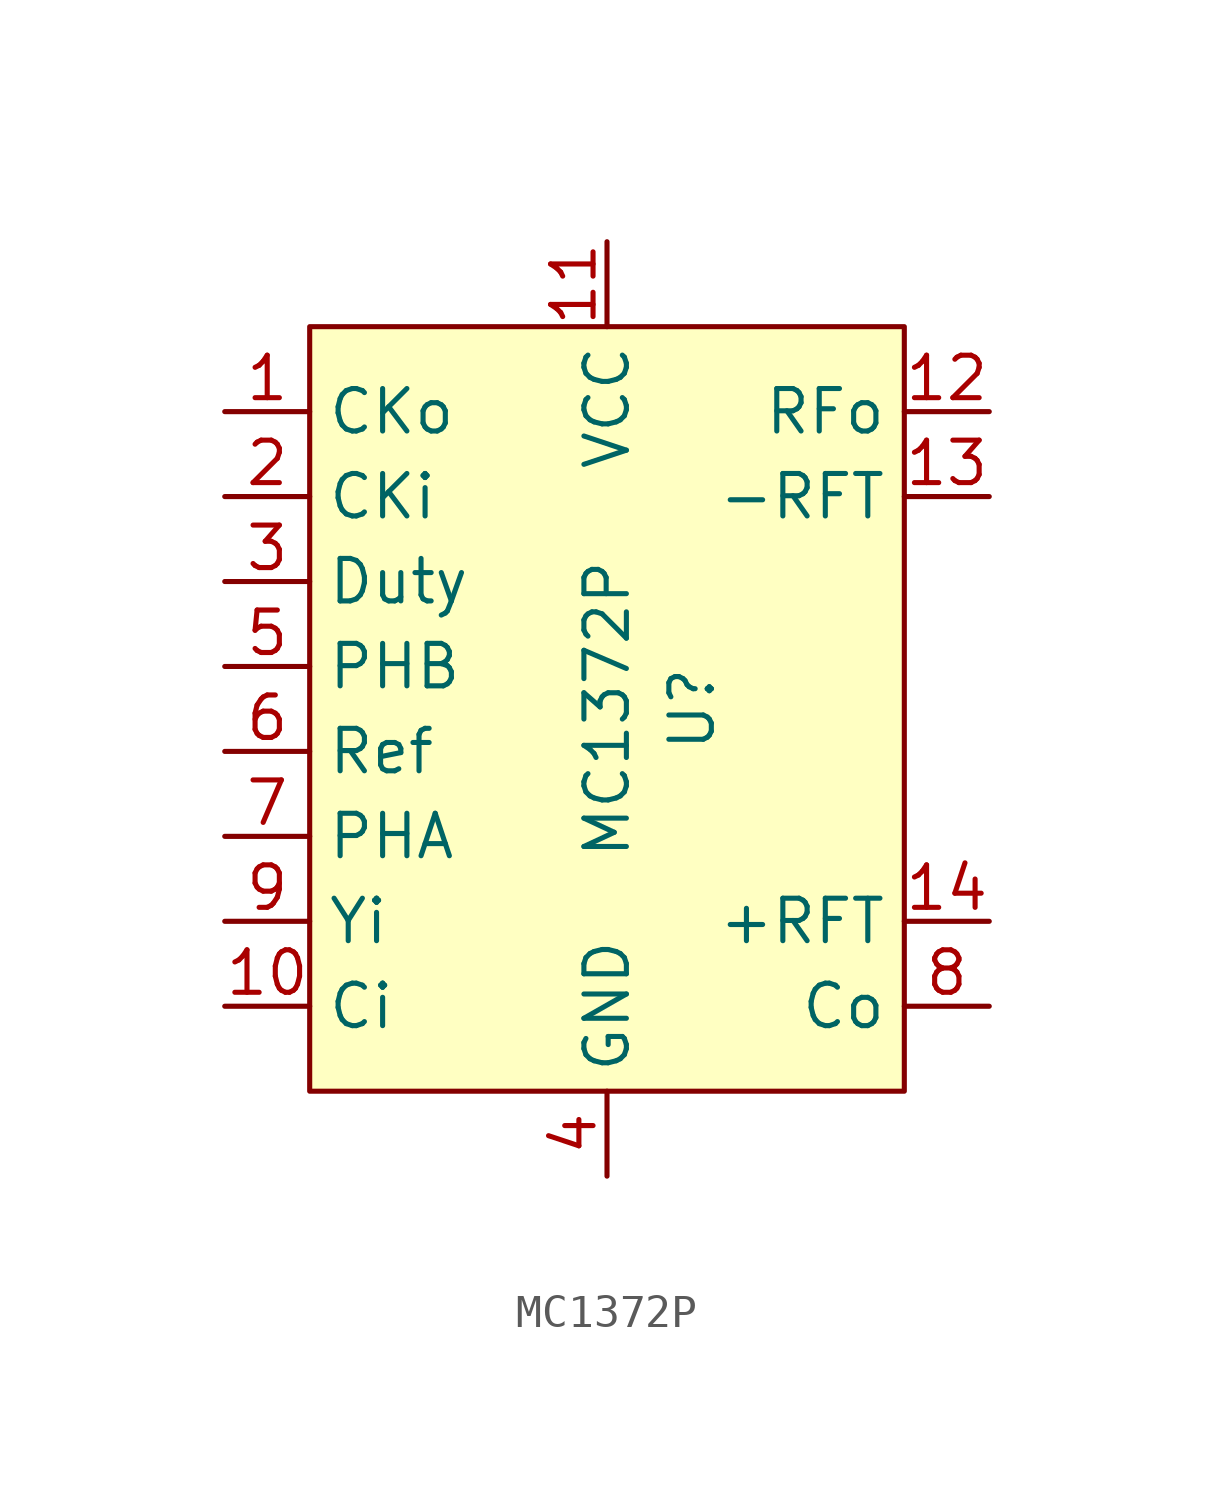
<source format=kicad_sym>
(kicad_symbol_lib
  (version 20211014)
  (generator kicad_symbol_editor)
  (symbol "MC1372P"
    (property "Reference" "U"
      (at 2.54 0 90)
      (effects (font (size 1.27 1.27))))
    (property "Value" "MC1372P"
      (at 0 0 90)
      (effects (font (size 1.27 1.27))))
    (symbol "MC1372P_0_1"
      (rectangle (start -8.89 11.43) (end 8.89 -11.43) (stroke (width 0) (type default) (color 0 0 0 0)) (fill (type background))))
    (symbol "MC1372P_1_1"
      (pin output line (at -11.43 8.89 0) (length 2.54) (name "CKo" (effects (font (size 1.27 1.27)))) (number "1" (effects (font (size 1.27 1.27)))))
      (pin input line (at -11.43 -8.89 0) (length 2.54) (name "Ci" (effects (font (size 1.27 1.27)))) (number "10" (effects (font (size 1.27 1.27)))))
      (pin power_in line (at 0 13.97 270) (length 2.54) (name "VCC" (effects (font (size 1.27 1.27)))) (number "11" (effects (font (size 1.27 1.27)))))
      (pin output line (at 11.43 8.89 180) (length 2.54) (name "RFo" (effects (font (size 1.27 1.27)))) (number "12" (effects (font (size 1.27 1.27)))))
      (pin bidirectional line (at 11.43 6.35 180) (length 2.54) (name "-RFT" (effects (font (size 1.27 1.27)))) (number "13" (effects (font (size 1.27 1.27)))))
      (pin bidirectional line (at 11.43 -6.35 180) (length 2.54) (name "+RFT" (effects (font (size 1.27 1.27)))) (number "14" (effects (font (size 1.27 1.27)))))
      (pin input line (at -11.43 6.35 0) (length 2.54) (name "CKi" (effects (font (size 1.27 1.27)))) (number "2" (effects (font (size 1.27 1.27)))))
      (pin input line (at -11.43 3.81 0) (length 2.54) (name "Duty" (effects (font (size 1.27 1.27)))) (number "3" (effects (font (size 1.27 1.27)))))
      (pin power_in line (at 0 -13.97 90) (length 2.54) (name "GND" (effects (font (size 1.27 1.27)))) (number "4" (effects (font (size 1.27 1.27)))))
      (pin input line (at -11.43 1.27 0) (length 2.54) (name "PHB" (effects (font (size 1.27 1.27)))) (number "5" (effects (font (size 1.27 1.27)))))
      (pin input line (at -11.43 -1.27 0) (length 2.54) (name "Ref" (effects (font (size 1.27 1.27)))) (number "6" (effects (font (size 1.27 1.27)))))
      (pin input line (at -11.43 -3.81 0) (length 2.54) (name "PHA" (effects (font (size 1.27 1.27)))) (number "7" (effects (font (size 1.27 1.27)))))
      (pin output line (at 11.43 -8.89 180) (length 2.54) (name "Co" (effects (font (size 1.27 1.27)))) (number "8" (effects (font (size 1.27 1.27)))))
      (pin input line (at -11.43 -6.35 0) (length 2.54) (name "Yi" (effects (font (size 1.27 1.27)))) (number "9" (effects (font (size 1.27 1.27))))))))
</source>
